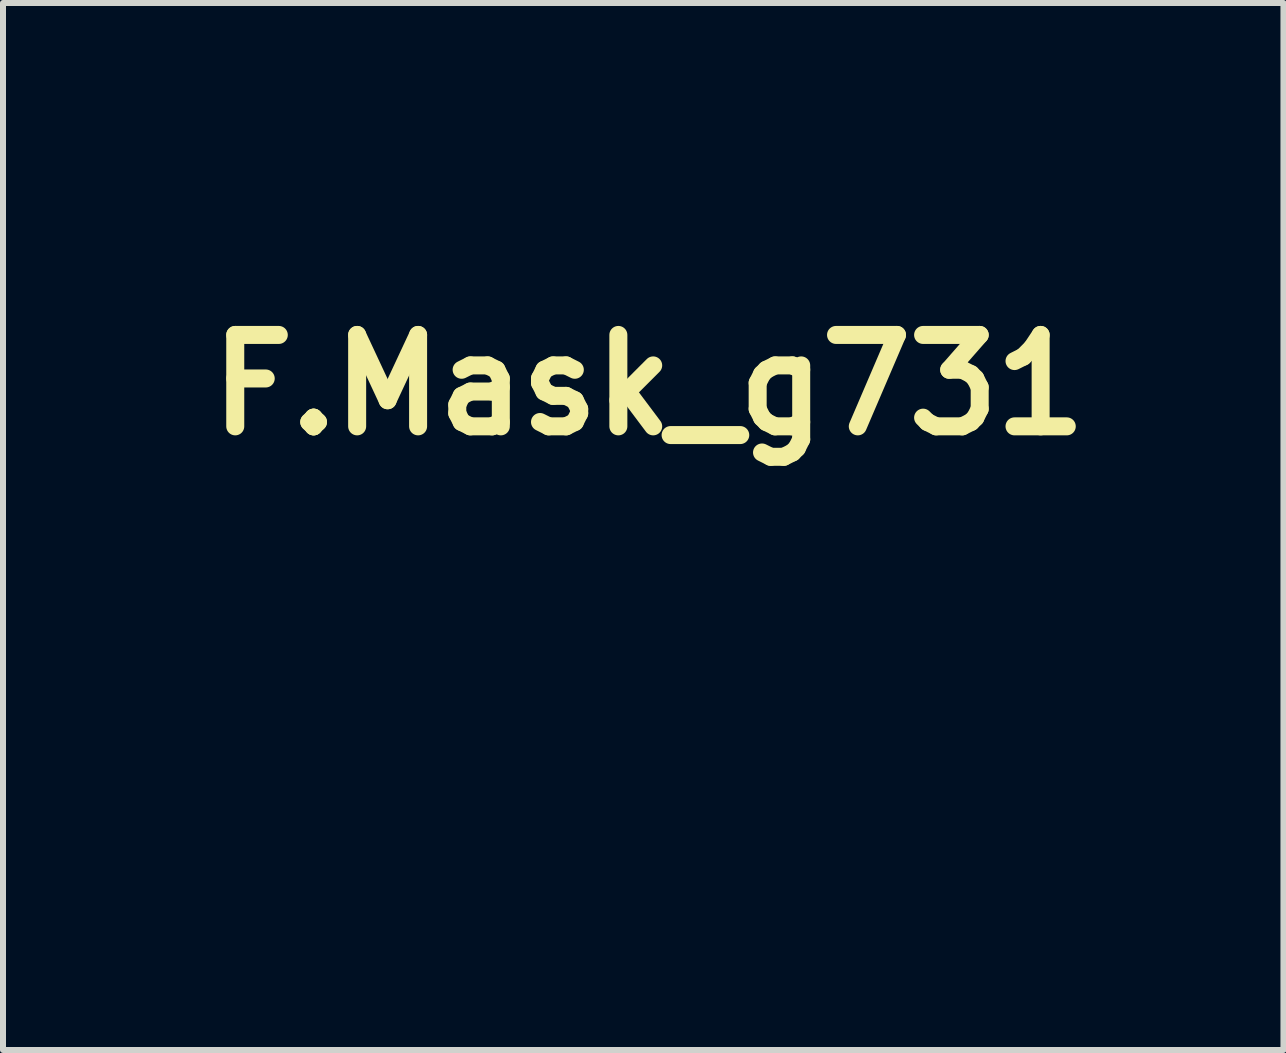
<source format=kicad_pcb>
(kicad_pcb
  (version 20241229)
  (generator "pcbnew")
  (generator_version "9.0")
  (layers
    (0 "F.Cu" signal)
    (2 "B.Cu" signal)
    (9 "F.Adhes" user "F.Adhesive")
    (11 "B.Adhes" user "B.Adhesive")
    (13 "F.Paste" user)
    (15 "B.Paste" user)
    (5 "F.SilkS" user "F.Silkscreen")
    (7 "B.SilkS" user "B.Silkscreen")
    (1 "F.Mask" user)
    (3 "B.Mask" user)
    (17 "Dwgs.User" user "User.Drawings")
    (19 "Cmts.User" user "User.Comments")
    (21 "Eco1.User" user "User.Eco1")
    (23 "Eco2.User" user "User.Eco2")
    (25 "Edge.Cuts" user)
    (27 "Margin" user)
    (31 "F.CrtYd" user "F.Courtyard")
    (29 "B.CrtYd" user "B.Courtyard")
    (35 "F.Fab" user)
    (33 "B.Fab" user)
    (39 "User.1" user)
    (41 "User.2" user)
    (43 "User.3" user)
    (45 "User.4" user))
  (footprint "F.Mask_g731"
    (layer "F.Cu")
    (at 7.766 3.368)
    (property "Reference" "F.Mask_g731" (at 0 0 0) (layer "F.SilkS") (effects (font (size 1.524 1.524) (thickness 0.3))))
    (attr through_hole)
    (fp_poly (pts (xy 7.316 2.903) (xy 7.364 2.903) (xy 7.407 2.904) (xy 7.445 2.904) (xy 7.478 2.905) (xy 7.506 2.906) (xy 7.529 2.907) (xy 7.547 2.908) (xy 7.559 2.909) (xy 7.567 2.911) (xy 7.568 2.911) (xy 7.574 2.913) (xy 7.568 2.93) (xy 7.562 2.947) (xy 7.554 2.969) (xy 7.543 2.994) (xy 7.531 3.024) (xy 7.516 3.058) (xy 7.494 3.11) (xy 7.343 3.111) (xy 7.315 3.111) (xy 7.289 3.111) (xy 7.263 3.11) (xy 7.24 3.11) (xy 7.22 3.11) (xy 7.203 3.11) (xy 7.189 3.11) (xy 7.18 3.109) (xy 7.175 3.109) (xy 7.16 3.106) (xy 7.149 3.102) (xy 7.143 3.097) (xy 7.142 3.093) (xy 7.142 3.088) (xy 7.143 3.08) (xy 7.145 3.069) (xy 7.145 3.067) (xy 7.149 3.045) (xy 7.152 3.021) (xy 7.154 2.995) (xy 7.155 2.966) (xy 7.155 2.95) (xy 7.155 2.903) (xy 7.316 2.903)) (stroke (width 0.01) (type solid)) (fill yes) (layer "F.Mask"))
    (fp_poly (pts (xy 6.745 2.943) (xy 6.747 2.976) (xy 6.75 3.007) (xy 6.754 3.038) (xy 6.76 3.071) (xy 6.761 3.075) (xy 6.768 3.111) (xy -7.682 3.111) (xy -7.714 3.037) (xy -7.727 3.006) (xy -7.738 2.979) (xy -7.747 2.957) (xy -7.754 2.939) (xy -7.758 2.926) (xy -7.761 2.918) (xy -7.761 2.914) (xy -7.761 2.914) (xy -7.758 2.913) (xy -7.752 2.913) (xy -7.741 2.913) (xy -7.727 2.912) (xy -7.708 2.912) (xy -7.685 2.912) (xy -7.658 2.911) (xy -7.626 2.911) (xy -7.591 2.911) (xy -7.551 2.911) (xy -7.507 2.91) (xy -7.458 2.91) (xy -7.406 2.91) (xy -7.349 2.909) (xy -7.288 2.909) (xy -7.222 2.909) (xy -7.153 2.909) (xy -7.078 2.908) (xy -7 2.908) (xy -6.917 2.908) (xy -6.83 2.908) (xy -6.738 2.908) (xy -6.642 2.907) (xy -6.541 2.907) (xy -6.436 2.907) (xy -6.327 2.907) (xy -6.213 2.907) (xy -6.094 2.906) (xy -5.971 2.906) (xy -5.843 2.906) (xy -5.711 2.906) (xy -5.575 2.906) (xy -5.433 2.906) (xy -5.287 2.905) (xy -5.137 2.905) (xy -4.982 2.905) (xy -4.822 2.905) (xy -4.658 2.905) (xy -4.488 2.905) (xy -4.315 2.905) (xy -4.136 2.904) (xy -3.953 2.904) (xy -3.765 2.904) (xy -3.572 2.904) (xy -3.375 2.904) (xy -3.172 2.904) (xy -2.965 2.904) (xy -2.753 2.904) (xy -2.536 2.904) (xy -2.315 2.904) (xy -2.088 2.904) (xy -1.857 2.904) (xy -1.621 2.904) (xy -1.379 2.903) (xy -1.133 2.903) (xy -0.882 2.903) (xy -0.626 2.903) (xy -0.365 2.903) (xy -0.099 2.903) (xy 0.172 2.903) (xy 0.448 2.903) (xy 0.729 2.903) (xy 1.015 2.903) (xy 1.136 2.903) (xy 6.743 2.903) (xy 6.745 2.943)) (stroke (width 0.01) (type solid)) (fill yes) (layer "F.Mask"))
    (fp_poly (pts (xy 6.784 3.805) (xy 6.786 3.821) (xy 6.789 3.839) (xy 6.792 3.857) (xy 6.793 3.87) (xy 6.795 3.884) (xy 6.796 3.903) (xy 6.797 3.925) (xy 6.798 3.95) (xy 6.799 3.975) (xy 6.799 4.001) (xy 6.799 4.027) (xy 6.799 4.051) (xy 6.798 4.073) (xy 6.797 4.091) (xy 6.797 4.093) (xy 6.796 4.105) (xy 6.795 4.12) (xy 6.793 4.137) (xy 6.791 4.156) (xy 6.789 4.176) (xy 6.786 4.195) (xy 6.784 4.212) (xy 6.782 4.228) (xy 6.78 4.241) (xy 6.779 4.25) (xy 6.778 4.254) (xy 6.777 4.26) (xy -7.066 4.26) (xy -7.1 4.206) (xy -7.136 4.149) (xy -7.169 4.095) (xy -7.2 4.045) (xy -7.228 3.998) (xy -7.255 3.953) (xy -7.281 3.909) (xy -7.286 3.9) (xy -7.297 3.88) (xy -7.308 3.861) (xy -7.318 3.843) (xy -7.327 3.826) (xy -7.335 3.811) (xy -7.341 3.799) (xy -7.345 3.79) (xy -7.347 3.784) (xy -7.347 3.783) (xy -7.346 3.782) (xy -7.342 3.782) (xy -7.336 3.782) (xy -7.327 3.781) (xy -7.316 3.781) (xy -7.302 3.781) (xy -7.285 3.78) (xy -7.266 3.78) (xy -7.243 3.78) (xy -7.217 3.78) (xy -7.188 3.779) (xy -7.156 3.779) (xy -7.12 3.779) (xy -7.081 3.779) (xy -7.038 3.778) (xy -6.992 3.778) (xy -6.942 3.778) (xy -6.888 3.777) (xy -6.83 3.777) (xy -6.767 3.777) (xy -6.701 3.777) (xy -6.63 3.776) (xy -6.555 3.776) (xy -6.475 3.776) (xy -6.391 3.775) (xy -6.302 3.775) (xy -6.209 3.775) (xy -6.11 3.774) (xy -6.025 3.774) (xy -5.984 3.774) (xy -5.942 3.774) (xy -5.897 3.774) (xy -5.85 3.774) (xy -5.801 3.773) (xy -5.75 3.773) (xy -5.696 3.773) (xy -5.641 3.773) (xy -5.582 3.773) (xy -5.521 3.773) (xy -5.458 3.773) (xy -5.392 3.773) (xy -5.324 3.773) (xy -5.253 3.772) (xy -5.179 3.772) (xy -5.102 3.772) (xy -5.022 3.772) (xy -4.94 3.772) (xy -4.854 3.772) (xy -4.766 3.772) (xy -4.674 3.772) (xy -4.579 3.772) (xy -4.481 3.772) (xy -4.38 3.772) (xy -4.276 3.772) (xy -4.168 3.772) (xy -4.057 3.771) (xy -3.942 3.771) (xy -3.824 3.771) (xy -3.702 3.771) (xy -3.576 3.771) (xy -3.447 3.771) (xy -3.314 3.771) (xy -3.178 3.771) (xy -3.037 3.771) (xy -2.892 3.771) (xy -2.744 3.771) (xy -2.591 3.771) (xy -2.435 3.771) (xy -2.274 3.771) (xy -2.109 3.771) (xy -1.94 3.771) (xy -1.767 3.771) (xy -1.589 3.771) (xy -1.406 3.771) (xy -1.22 3.771) (xy -1.028 3.771) (xy -0.833 3.771) (xy -0.632 3.771) (xy -0.427 3.771) (xy -0.217 3.771) (xy -0.002 3.771) (xy 0.217 3.771) (xy 0.442 3.771) (xy 0.672 3.771) (xy 0.871 3.771) (xy 6.778 3.771) (xy 6.784 3.805)) (stroke (width 0.01) (type solid)) (fill yes) (layer "F.Mask"))
    (fp_poly (pts (xy 0.031 7.876) (xy 0.157 7.876) (xy 0.277 7.876) (xy 0.392 7.876) (xy 0.503 7.876) (xy 0.608 7.876) (xy 0.708 7.876) (xy 0.803 7.877) (xy 0.893 7.877) (xy 0.979 7.877) (xy 1.059 7.877) (xy 1.134 7.877) (xy 1.204 7.878) (xy 1.27 7.878) (xy 1.33 7.878) (xy 1.386 7.879) (xy 1.436 7.879) (xy 1.482 7.879) (xy 1.523 7.88) (xy 1.559 7.88) (xy 1.59 7.881) (xy 1.616 7.881) (xy 1.637 7.882) (xy 1.654 7.882) (xy 1.666 7.883) (xy 1.672 7.883) (xy 1.674 7.884) (xy 1.673 7.886) (xy 1.668 7.888) (xy 1.657 7.891) (xy 1.643 7.895) (xy 1.625 7.899) (xy 1.603 7.903) (xy 1.578 7.908) (xy 1.55 7.914) (xy 1.519 7.919) (xy 1.486 7.925) (xy 1.45 7.932) (xy 1.413 7.938) (xy 1.375 7.945) (xy 1.335 7.951) (xy 1.294 7.958) (xy 1.253 7.965) (xy 1.211 7.971) (xy 1.169 7.978) (xy 1.127 7.984) (xy 1.086 7.99) (xy 1.046 7.996) (xy 1.007 8.002) (xy 0.969 8.007) (xy 0.933 8.012) (xy 0.898 8.016) (xy 0.867 8.02) (xy 0.837 8.024) (xy 0.812 8.026) (xy 0.746 8.033) (xy 0.677 8.039) (xy 0.603 8.044) (xy 0.527 8.05) (xy 0.449 8.055) (xy 0.369 8.06) (xy 0.288 8.065) (xy 0.208 8.069) (xy 0.159 8.071) (xy 0.111 8.073) (xy 0.068 8.075) (xy 0.029 8.076) (xy -0.005 8.077) (xy -0.037 8.078) (xy -0.065 8.079) (xy -0.09 8.08) (xy -0.113 8.08) (xy -0.134 8.081) (xy -0.153 8.081) (xy -0.171 8.08) (xy -0.188 8.08) (xy -0.205 8.08) (xy -0.221 8.079) (xy -0.232 8.078) (xy -0.251 8.077) (xy -0.274 8.076) (xy -0.3 8.075) (xy -0.327 8.074) (xy -0.355 8.072) (xy -0.382 8.071) (xy -0.404 8.07) (xy -0.48 8.066) (xy -0.552 8.062) (xy -0.619 8.058) (xy -0.683 8.054) (xy -0.744 8.049) (xy -0.803 8.045) (xy -0.859 8.04) (xy -0.914 8.035) (xy -0.968 8.03) (xy -1.021 8.024) (xy -1.074 8.018) (xy -1.127 8.011) (xy -1.182 8.004) (xy -1.238 7.996) (xy -1.295 7.988) (xy -1.356 7.978) (xy -1.419 7.968) (xy -1.486 7.957) (xy -1.53 7.95) (xy -1.582 7.941) (xy -1.629 7.933) (xy -1.673 7.925) (xy -1.712 7.918) (xy -1.746 7.912) (xy -1.777 7.906) (xy -1.803 7.901) (xy -1.824 7.896) (xy -1.841 7.892) (xy -1.853 7.889) (xy -1.86 7.886) (xy -1.863 7.884) (xy -1.862 7.884) (xy -1.859 7.883) (xy -1.852 7.883) (xy -1.839 7.882) (xy -1.822 7.882) (xy -1.8 7.881) (xy -1.773 7.881) (xy -1.741 7.88) (xy -1.705 7.88) (xy -1.663 7.879) (xy -1.617 7.879) (xy -1.566 7.879) (xy -1.51 7.878) (xy -1.449 7.878) (xy -1.383 7.878) (xy -1.312 7.877) (xy -1.236 7.877) (xy -1.156 7.877) (xy -1.07 7.877) (xy -0.98 7.877) (xy -0.884 7.876) (xy -0.783 7.876) (xy -0.678 7.876) (xy -0.567 7.876) (xy -0.452 7.876) (xy -0.331 7.876) (xy -0.205 7.876) (xy -0.099 7.876) (xy 0.031 7.876)) (stroke (width 0.01) (type solid)) (fill yes) (layer "F.Mask"))
    (fp_poly (pts (xy -0.617 -3.363) (xy -0.578 -3.362) (xy -0.541 -3.36) (xy -0.509 -3.358) (xy -0.498 -3.357) (xy -0.4 -3.345) (xy -0.303 -3.328) (xy -0.209 -3.306) (xy -0.117 -3.28) (xy -0.027 -3.249) (xy 0.062 -3.213) (xy 0.148 -3.173) (xy 0.233 -3.128) (xy 0.315 -3.078) (xy 0.364 -3.046) (xy 0.432 -2.998) (xy 0.499 -2.945) (xy 0.564 -2.889) (xy 0.627 -2.83) (xy 0.686 -2.769) (xy 0.692 -2.761) (xy 0.755 -2.689) (xy 0.814 -2.614) (xy 0.87 -2.535) (xy 0.921 -2.453) (xy 0.969 -2.369) (xy 1.012 -2.282) (xy 1.051 -2.193) (xy 1.085 -2.103) (xy 1.091 -2.088) (xy 1.115 -2.013) (xy 1.135 -1.939) (xy 1.153 -1.865) (xy 1.168 -1.79) (xy 1.18 -1.713) (xy 1.189 -1.632) (xy 1.192 -1.603) (xy 1.193 -1.588) (xy 1.194 -1.569) (xy 1.194 -1.545) (xy 1.195 -1.517) (xy 1.195 -1.485) (xy 1.195 -1.448) (xy 1.195 -1.447) (xy 1.195 -1.414) (xy 1.195 -1.385) (xy 1.194 -1.36) (xy 1.194 -1.337) (xy 1.193 -1.316) (xy 1.192 -1.297) (xy 1.19 -1.277) (xy 1.188 -1.257) (xy 1.186 -1.236) (xy 1.183 -1.212) (xy 1.181 -1.196) (xy 1.166 -1.098) (xy 1.145 -1.001) (xy 1.12 -0.905) (xy 1.091 -0.811) (xy 1.056 -0.719) (xy 1.017 -0.628) (xy 0.973 -0.539) (xy 0.925 -0.453) (xy 0.92 -0.445) (xy 0.868 -0.362) (xy 0.811 -0.282) (xy 0.751 -0.205) (xy 0.686 -0.132) (xy 0.618 -0.062) (xy 0.547 0.004) (xy 0.478 0.063) (xy 0.401 0.121) (xy 0.321 0.175) (xy 0.24 0.224) (xy 0.155 0.269) (xy 0.069 0.31) (xy -0.019 0.346) (xy -0.108 0.377) (xy -0.2 0.404) (xy -0.292 0.426) (xy -0.386 0.443) (xy -0.481 0.455) (xy -0.537 0.46) (xy -0.552 0.46) (xy -0.57 0.461) (xy -0.591 0.462) (xy -0.614 0.463) (xy -0.637 0.463) (xy -0.659 0.463) (xy -0.68 0.464) (xy -0.698 0.464) (xy -0.713 0.463) (xy -0.719 0.463) (xy -0.817 0.457) (xy -0.913 0.446) (xy -1.007 0.43) (xy -1.1 0.41) (xy -1.191 0.385) (xy -1.28 0.355) (xy -1.369 0.32) (xy -1.456 0.28) (xy -1.476 0.27) (xy -1.561 0.225) (xy -1.643 0.176) (xy -1.722 0.122) (xy -1.799 0.064) (xy -1.873 0.002) (xy -1.943 -0.063) (xy -2.01 -0.133) (xy -2.074 -0.205) (xy -2.134 -0.282) (xy -2.19 -0.361) (xy -2.194 -0.366) (xy -2.246 -0.449) (xy -2.295 -0.536) (xy -2.339 -0.624) (xy -2.378 -0.714) (xy -2.413 -0.807) (xy -2.443 -0.901) (xy -2.468 -0.997) (xy -2.488 -1.094) (xy -2.494 -1.128) (xy -2.5 -1.166) (xy -2.505 -1.202) (xy -2.509 -1.237) (xy -2.513 -1.271) (xy -2.515 -1.305) (xy -2.517 -1.342) (xy -2.518 -1.381) (xy -2.519 -1.419) (xy -2.519 -1.463) (xy -2.519 -1.504) (xy -2.518 -1.542) (xy -2.516 -1.578) (xy -2.514 -1.613) (xy -2.511 -1.649) (xy -2.506 -1.686) (xy -2.501 -1.726) (xy -2.5 -1.731) (xy -2.484 -1.826) (xy -2.464 -1.921) (xy -2.438 -2.014) (xy -2.408 -2.107) (xy -2.373 -2.197) (xy -2.334 -2.286) (xy -2.29 -2.373) (xy -2.243 -2.457) (xy -2.191 -2.539) (xy -2.135 -2.617) (xy -2.076 -2.693) (xy -2.074 -2.695) (xy -2.038 -2.737) (xy -1.997 -2.781) (xy -1.954 -2.825) (xy -1.91 -2.868) (xy -1.865 -2.909) (xy -1.821 -2.946) (xy -1.803 -2.961) (xy -1.727 -3.019) (xy -1.647 -3.073) (xy -1.565 -3.123) (xy -1.481 -3.168) (xy -1.395 -3.209) (xy -1.306 -3.245) (xy -1.216 -3.277) (xy -1.124 -3.303) (xy -1.031 -3.326) (xy -0.937 -3.343) (xy -0.851 -3.354) (xy -0.817 -3.357) (xy -0.78 -3.359) (xy -0.741 -3.361) (xy -0.699 -3.362) (xy -0.658 -3.363) (xy -0.617 -3.363)) (stroke (width 0.01) (type solid)) (fill yes) (layer "F.Mask"))
    (fp_poly (pts (xy -0.004 4.806) (xy 0.208 4.806) (xy 0.417 4.806) (xy 0.623 4.806) (xy 0.826 4.806) (xy 1.027 4.806) (xy 1.225 4.806) (xy 1.42 4.806) (xy 1.612 4.806) (xy 1.801 4.806) (xy 1.986 4.806) (xy 2.169 4.806) (xy 2.349 4.806) (xy 2.525 4.807) (xy 2.698 4.807) (xy 2.868 4.807) (xy 3.035 4.807) (xy 3.198 4.807) (xy 3.358 4.807) (xy 3.515 4.807) (xy 3.668 4.807) (xy 3.817 4.808) (xy 3.963 4.808) (xy 4.105 4.808) (xy 4.244 4.808) (xy 4.378 4.808) (xy 4.509 4.809) (xy 4.637 4.809) (xy 4.76 4.809) (xy 4.88 4.809) (xy 4.995 4.809) (xy 5.107 4.81) (xy 5.215 4.81) (xy 5.318 4.81) (xy 5.418 4.81) (xy 5.513 4.811) (xy 5.604 4.811) (xy 5.691 4.811) (xy 5.773 4.811) (xy 5.852 4.812) (xy 5.926 4.812) (xy 5.995 4.812) (xy 6.06 4.813) (xy 6.121 4.813) (xy 6.177 4.813) (xy 6.228 4.814) (xy 6.275 4.814) (xy 6.317 4.814) (xy 6.354 4.815) (xy 6.386 4.815) (xy 6.414 4.815) (xy 6.437 4.816) (xy 6.455 4.816) (xy 6.468 4.816) (xy 6.476 4.817) (xy 6.479 4.817) (xy 6.479 4.817) (xy 6.479 4.82) (xy 6.476 4.826) (xy 6.471 4.836) (xy 6.462 4.848) (xy 6.45 4.864) (xy 6.436 4.884) (xy 6.418 4.907) (xy 6.397 4.934) (xy 6.373 4.964) (xy 6.367 4.972) (xy 6.324 5.025) (xy 6.283 5.075) (xy 6.244 5.122) (xy 6.205 5.167) (xy 6.167 5.212) (xy 6.127 5.257) (xy 6.086 5.302) (xy 6.047 5.345) (xy 5.987 5.41) (xy 4.03 5.41) (xy 3.955 5.41) (xy 3.875 5.41) (xy 3.79 5.409) (xy 3.7 5.409) (xy 3.606 5.409) (xy 3.507 5.409) (xy 3.404 5.409) (xy 3.298 5.409) (xy 3.187 5.409) (xy 3.072 5.409) (xy 2.954 5.409) (xy 2.833 5.409) (xy 2.708 5.409) (xy 2.58 5.409) (xy 2.449 5.409) (xy 2.315 5.409) (xy 2.178 5.409) (xy 2.039 5.409) (xy 1.897 5.409) (xy 1.754 5.409) (xy 1.607 5.409) (xy 1.459 5.409) (xy 1.309 5.409) (xy 1.158 5.409) (xy 1.004 5.409) (xy 0.85 5.409) (xy 0.694 5.409) (xy 0.537 5.408) (xy 0.379 5.408) (xy 0.22 5.408) (xy 0.061 5.408) (xy -0.099 5.408) (xy -0.26 5.408) (xy -0.42 5.408) (xy -0.581 5.408) (xy -0.742 5.408) (xy -0.902 5.408) (xy -1.062 5.408) (xy -1.222 5.408) (xy -1.381 5.408) (xy -1.539 5.408) (xy -1.696 5.408) (xy -1.852 5.408) (xy -2.007 5.408) (xy -2.058 5.408) (xy -6.189 5.406) (xy -6.247 5.339) (xy -6.286 5.295) (xy -6.323 5.252) (xy -6.359 5.21) (xy -6.393 5.169) (xy -6.426 5.129) (xy -6.458 5.091) (xy -6.488 5.055) (xy -6.516 5.021) (xy -6.542 4.989) (xy -6.567 4.959) (xy -6.589 4.931) (xy -6.608 4.906) (xy -6.625 4.884) (xy -6.64 4.865) (xy -6.652 4.848) (xy -6.661 4.835) (xy -6.666 4.825) (xy -6.669 4.819) (xy -6.669 4.817) (xy -6.666 4.816) (xy -6.658 4.816) (xy -6.645 4.816) (xy -6.627 4.815) (xy -6.604 4.815) (xy -6.577 4.815) (xy -6.544 4.814) (xy -6.506 4.814) (xy -6.464 4.814) (xy -6.417 4.813) (xy -6.365 4.813) (xy -6.308 4.813) (xy -6.247 4.812) (xy -6.181 4.812) (xy -6.11 4.812) (xy -6.035 4.811) (xy -5.955 4.811) (xy -5.871 4.811) (xy -5.782 4.81) (xy -5.689 4.81) (xy -5.591 4.81) (xy -5.489 4.81) (xy -5.382 4.809) (xy -5.271 4.809) (xy -5.156 4.809) (xy -5.037 4.809) (xy -4.913 4.809) (xy -4.785 4.808) (xy -4.653 4.808) (xy -4.517 4.808) (xy -4.377 4.808) (xy -4.232 4.808) (xy -4.084 4.807) (xy -3.932 4.807) (xy -3.775 4.807) (xy -3.615 4.807) (xy -3.451 4.807) (xy -3.282 4.807) (xy -3.11 4.807) (xy -2.935 4.806) (xy -2.755 4.806) (xy -2.572 4.806) (xy -2.384 4.806) (xy -2.194 4.806) (xy -1.999 4.806) (xy -1.801 4.806) (xy -1.6 4.806) (xy -1.394 4.806) (xy -1.186 4.806) (xy -0.973 4.806) (xy -0.758 4.806) (xy -0.538 4.806) (xy -0.316 4.806) (xy -0.218 4.806) (xy -0.004 4.806)) (stroke (width 0.01) (type solid)) (fill yes) (layer "F.Mask"))
    (fp_poly (pts (xy -0.1 6.86) (xy -0.029 6.86) (xy 0.044 6.86) (xy 0.119 6.86) (xy 0.197 6.861) (xy 0.278 6.861) (xy 0.36 6.861) (xy 0.444 6.861) (xy 0.53 6.861) (xy 0.618 6.861) (xy 0.708 6.861) (xy 0.798 6.861) (xy 0.891 6.861) (xy 0.984 6.861) (xy 1.078 6.861) (xy 1.173 6.861) (xy 1.269 6.861) (xy 1.366 6.862) (xy 1.463 6.862) (xy 1.56 6.862) (xy 1.658 6.862) (xy 1.755 6.862) (xy 1.853 6.862) (xy 1.95 6.862) (xy 2.047 6.862) (xy 2.144 6.863) (xy 2.24 6.863) (xy 2.335 6.863) (xy 2.429 6.863) (xy 2.523 6.863) (xy 2.615 6.863) (xy 2.706 6.863) (xy 2.795 6.864) (xy 2.883 6.864) (xy 2.969 6.864) (xy 3.054 6.864) (xy 3.136 6.864) (xy 3.217 6.864) (xy 3.295 6.864) (xy 3.371 6.865) (xy 3.444 6.865) (xy 3.515 6.865) (xy 3.583 6.865) (xy 3.648 6.865) (xy 3.71 6.865) (xy 3.768 6.866) (xy 3.824 6.866) (xy 3.876 6.866) (xy 3.924 6.866) (xy 3.969 6.866) (xy 4.01 6.866) (xy 4.047 6.866) (xy 4.08 6.867) (xy 4.108 6.867) (xy 4.132 6.867) (xy 4.152 6.867) (xy 4.167 6.867) (xy 4.177 6.867) (xy 4.183 6.867) (xy 4.183 6.867) (xy 4.212 6.869) (xy 4.201 6.876) (xy 4.188 6.883) (xy 4.172 6.893) (xy 4.154 6.904) (xy 4.133 6.916) (xy 4.112 6.929) (xy 4.09 6.942) (xy 4.069 6.955) (xy 4.049 6.967) (xy 4.031 6.977) (xy 4.016 6.986) (xy 4.007 6.991) (xy 3.96 7.017) (xy 3.909 7.044) (xy 3.854 7.073) (xy 3.797 7.103) (xy 3.738 7.133) (xy 3.676 7.164) (xy 3.613 7.196) (xy 3.55 7.227) (xy 3.487 7.258) (xy 3.424 7.288) (xy 3.361 7.318) (xy 3.301 7.346) (xy 3.242 7.373) (xy 3.186 7.399) (xy 3.134 7.422) (xy 3.085 7.444) (xy 3.073 7.448) (xy 3.027 7.468) (xy 2.976 7.488) (xy 2.92 7.51) (xy 2.86 7.532) (xy 2.796 7.556) (xy 2.727 7.581) (xy 2.655 7.606) (xy 2.579 7.633) (xy 2.499 7.66) (xy 2.416 7.687) (xy 2.341 7.712) (xy 2.18 7.765) (xy 1.091 7.764) (xy 1.009 7.764) (xy 0.922 7.764) (xy 0.83 7.764) (xy 0.735 7.764) (xy 0.637 7.764) (xy 0.536 7.764) (xy 0.432 7.764) (xy 0.326 7.764) (xy 0.218 7.764) (xy 0.109 7.763) (xy -0.001 7.763) (xy -0.112 7.763) (xy -0.222 7.763) (xy -0.332 7.763) (xy -0.442 7.763) (xy -0.55 7.763) (xy -0.656 7.763) (xy -0.761 7.763) (xy -0.862 7.763) (xy -0.961 7.762) (xy -1.057 7.762) (xy -1.149 7.762) (xy -1.195 7.762) (xy -2.391 7.761) (xy -2.588 7.694) (xy -2.641 7.677) (xy -2.69 7.66) (xy -2.735 7.645) (xy -2.776 7.63) (xy -2.815 7.617) (xy -2.851 7.604) (xy -2.885 7.592) (xy -2.918 7.58) (xy -2.95 7.568) (xy -2.982 7.556) (xy -3.014 7.544) (xy -3.046 7.532) (xy -3.079 7.519) (xy -3.114 7.505) (xy -3.121 7.502) (xy -3.253 7.449) (xy -3.385 7.393) (xy -3.515 7.335) (xy -3.643 7.277) (xy -3.768 7.217) (xy -3.889 7.156) (xy -4.007 7.094) (xy -4.12 7.033) (xy -4.144 7.02) (xy -4.166 7.007) (xy -4.187 6.995) (xy -4.208 6.983) (xy -4.23 6.97) (xy -4.253 6.957) (xy -4.278 6.942) (xy -4.306 6.925) (xy -4.334 6.909) (xy -4.399 6.869) (xy -4.306 6.868) (xy -4.296 6.868) (xy -4.281 6.867) (xy -4.261 6.867) (xy -4.237 6.867) (xy -4.208 6.867) (xy -4.174 6.867) (xy -4.137 6.867) (xy -4.095 6.866) (xy -4.049 6.866) (xy -4 6.866) (xy -3.947 6.866) (xy -3.89 6.866) (xy -3.83 6.866) (xy -3.767 6.865) (xy -3.701 6.865) (xy -3.632 6.865) (xy -3.56 6.865) (xy -3.485 6.865) (xy -3.408 6.865) (xy -3.329 6.864) (xy -3.247 6.864) (xy -3.163 6.864) (xy -3.077 6.864) (xy -2.99 6.864) (xy -2.901 6.864) (xy -2.81 6.863) (xy -2.718 6.863) (xy -2.624 6.863) (xy -2.53 6.863) (xy -2.435 6.863) (xy -2.339 6.863) (xy -2.242 6.862) (xy -2.144 6.862) (xy -2.047 6.862) (xy -1.949 6.862) (xy -1.851 6.862) (xy -1.753 6.862) (xy -1.655 6.862) (xy -1.558 6.861) (xy -1.461 6.861) (xy -1.364 6.861) (xy -1.269 6.861) (xy -1.174 6.861) (xy -1.081 6.861) (xy -0.988 6.861) (xy -0.897 6.861) (xy -0.808 6.861) (xy -0.72 6.861) (xy -0.634 6.861) (xy -0.549 6.861) (xy -0.467 6.86) (xy -0.387 6.86) (xy -0.309 6.86) (xy -0.234 6.86) (xy -0.168 6.86) (xy -0.1 6.86)) (stroke (width 0.01) (type solid)) (fill yes) (layer "F.Mask"))
    (fp_poly (pts (xy 0.29 5.85) (xy 0.426 5.85) (xy 0.561 5.85) (xy 0.696 5.85) (xy 0.829 5.85) (xy 0.962 5.85) (xy 1.093 5.85) (xy 1.223 5.85) (xy 1.352 5.85) (xy 1.479 5.85) (xy 1.605 5.85) (xy 1.729 5.851) (xy 1.851 5.851) (xy 1.972 5.851) (xy 2.091 5.851) (xy 2.207 5.851) (xy 2.322 5.851) (xy 2.434 5.851) (xy 2.545 5.851) (xy 2.652 5.852) (xy 2.758 5.852) (xy 2.86 5.852) (xy 2.889 5.852) (xy 3.045 5.852) (xy 3.197 5.852) (xy 3.344 5.853) (xy 3.486 5.853) (xy 3.623 5.853) (xy 3.756 5.854) (xy 3.885 5.854) (xy 4.008 5.854) (xy 4.127 5.854) (xy 4.241 5.855) (xy 4.35 5.855) (xy 4.455 5.855) (xy 4.555 5.856) (xy 4.65 5.856) (xy 4.74 5.856) (xy 4.826 5.857) (xy 4.906 5.857) (xy 4.982 5.857) (xy 5.053 5.857) (xy 5.119 5.858) (xy 5.18 5.858) (xy 5.237 5.858) (xy 5.288 5.859) (xy 5.334 5.859) (xy 5.376 5.859) (xy 5.412 5.86) (xy 5.444 5.86) (xy 5.47 5.86) (xy 5.492 5.861) (xy 5.508 5.861) (xy 5.519 5.861) (xy 5.526 5.862) (xy 5.527 5.862) (xy 5.536 5.864) (xy 5.521 5.88) (xy 5.51 5.891) (xy 5.495 5.905) (xy 5.477 5.922) (xy 5.455 5.941) (xy 5.431 5.963) (xy 5.404 5.986) (xy 5.375 6.011) (xy 5.344 6.038) (xy 5.312 6.065) (xy 5.278 6.094) (xy 5.243 6.124) (xy 5.207 6.153) (xy 5.171 6.183) (xy 5.134 6.213) (xy 5.097 6.243) (xy 5.061 6.273) (xy 5.026 6.301) (xy 5.018 6.307) (xy 4.998 6.323) (xy 4.978 6.339) (xy 4.957 6.355) (xy 4.934 6.373) (xy 4.909 6.392) (xy 4.882 6.412) (xy 4.853 6.435) (xy 4.821 6.459) (xy 4.785 6.486) (xy 4.746 6.516) (xy 4.741 6.52) (xy 4.639 6.596) (xy 0.315 6.596) (xy 0.165 6.596) (xy 0.015 6.596) (xy -0.133 6.596) (xy -0.281 6.596) (xy -0.427 6.596) (xy -0.573 6.596) (xy -0.717 6.596) (xy -0.86 6.596) (xy -1.001 6.596) (xy -1.141 6.596) (xy -1.279 6.595) (xy -1.416 6.595) (xy -1.551 6.595) (xy -1.684 6.595) (xy -1.815 6.595) (xy -1.944 6.595) (xy -2.071 6.595) (xy -2.196 6.595) (xy -2.318 6.595) (xy -2.438 6.595) (xy -2.555 6.595) (xy -2.67 6.595) (xy -2.782 6.595) (xy -2.891 6.595) (xy -2.997 6.595) (xy -3.101 6.595) (xy -3.201 6.595) (xy -3.298 6.595) (xy -3.392 6.595) (xy -3.482 6.595) (xy -3.569 6.595) (xy -3.653 6.595) (xy -3.733 6.595) (xy -3.809 6.595) (xy -3.881 6.595) (xy -3.949 6.595) (xy -4.013 6.595) (xy -4.074 6.595) (xy -4.13 6.595) (xy -4.181 6.595) (xy -4.229 6.595) (xy -4.271 6.595) (xy -4.31 6.595) (xy -4.343 6.595) (xy -4.372 6.595) (xy -4.396 6.595) (xy -4.415 6.594) (xy -4.422 6.594) (xy -4.834 6.594) (xy -4.945 6.51) (xy -4.985 6.479) (xy -5.021 6.452) (xy -5.053 6.427) (xy -5.084 6.403) (xy -5.112 6.382) (xy -5.139 6.361) (xy -5.164 6.341) (xy -5.189 6.321) (xy -5.214 6.301) (xy -5.24 6.281) (xy -5.266 6.259) (xy -5.294 6.237) (xy -5.323 6.213) (xy -5.36 6.183) (xy -5.396 6.152) (xy -5.433 6.122) (xy -5.468 6.093) (xy -5.502 6.064) (xy -5.534 6.037) (xy -5.565 6.011) (xy -5.593 5.986) (xy -5.62 5.963) (xy -5.644 5.942) (xy -5.665 5.923) (xy -5.684 5.906) (xy -5.699 5.892) (xy -5.71 5.881) (xy -5.716 5.875) (xy -5.729 5.861) (xy -5.715 5.859) (xy -5.71 5.859) (xy -5.701 5.859) (xy -5.687 5.859) (xy -5.667 5.858) (xy -5.643 5.858) (xy -5.615 5.858) (xy -5.582 5.858) (xy -5.545 5.857) (xy -5.503 5.857) (xy -5.457 5.857) (xy -5.407 5.857) (xy -5.352 5.856) (xy -5.294 5.856) (xy -5.232 5.856) (xy -5.167 5.856) (xy -5.097 5.855) (xy -5.024 5.855) (xy -4.948 5.855) (xy -4.868 5.855) (xy -4.785 5.855) (xy -4.699 5.854) (xy -4.609 5.854) (xy -4.517 5.854) (xy -4.421 5.854) (xy -4.323 5.854) (xy -4.222 5.853) (xy -4.119 5.853) (xy -4.013 5.853) (xy -3.904 5.853) (xy -3.794 5.853) (xy -3.68 5.853) (xy -3.565 5.852) (xy -3.448 5.852) (xy -3.329 5.852) (xy -3.208 5.852) (xy -3.085 5.852) (xy -2.96 5.852) (xy -2.834 5.852) (xy -2.706 5.851) (xy -2.577 5.851) (xy -2.447 5.851) (xy -2.315 5.851) (xy -2.183 5.851) (xy -2.049 5.851) (xy -1.914 5.851) (xy -1.779 5.851) (xy -1.642 5.851) (xy -1.505 5.851) (xy -1.368 5.85) (xy -1.23 5.85) (xy -1.092 5.85) (xy -0.953 5.85) (xy -0.815 5.85) (xy -0.676 5.85) (xy -0.537 5.85) (xy -0.398 5.85) (xy -0.26 5.85) (xy -0.122 5.85) (xy 0.016 5.85) (xy 0.153 5.85) (xy 0.29 5.85)) (stroke (width 0.01) (type solid)) (fill yes) (layer "F.Mask")))
  (gr_rect
    (start -3 -3)
    (end 18.345 14.453)
    (stroke (width 0.1) (type default))
    (fill no)
    (layer "Edge.Cuts")))
</source>
